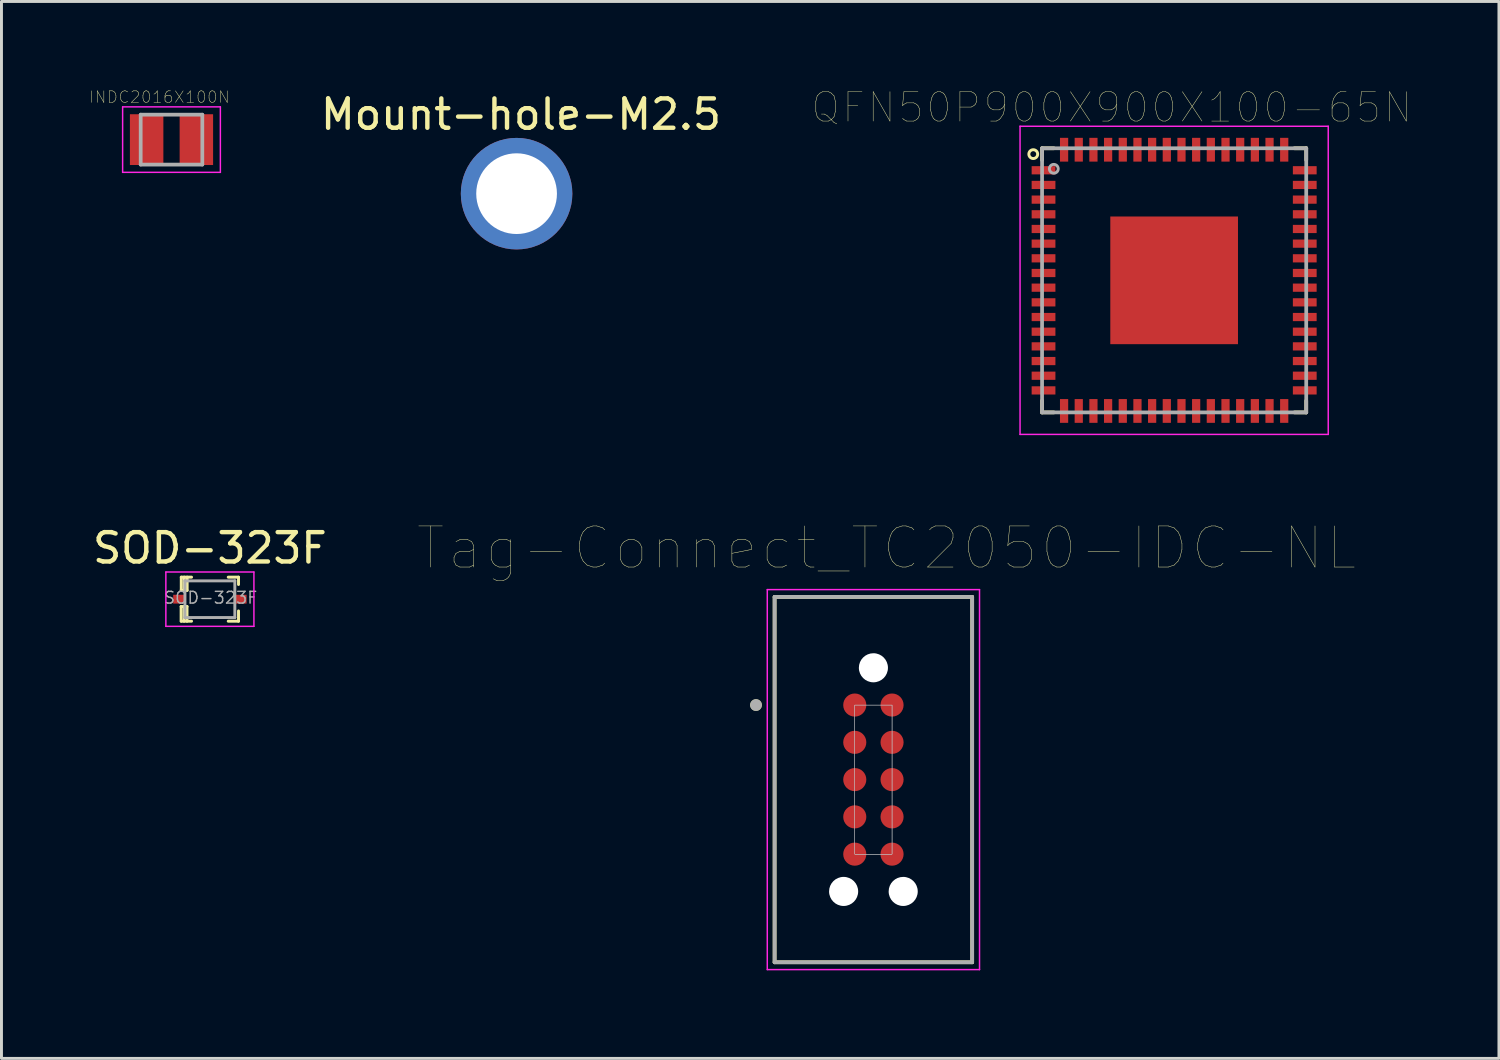
<source format=kicad_pcb>
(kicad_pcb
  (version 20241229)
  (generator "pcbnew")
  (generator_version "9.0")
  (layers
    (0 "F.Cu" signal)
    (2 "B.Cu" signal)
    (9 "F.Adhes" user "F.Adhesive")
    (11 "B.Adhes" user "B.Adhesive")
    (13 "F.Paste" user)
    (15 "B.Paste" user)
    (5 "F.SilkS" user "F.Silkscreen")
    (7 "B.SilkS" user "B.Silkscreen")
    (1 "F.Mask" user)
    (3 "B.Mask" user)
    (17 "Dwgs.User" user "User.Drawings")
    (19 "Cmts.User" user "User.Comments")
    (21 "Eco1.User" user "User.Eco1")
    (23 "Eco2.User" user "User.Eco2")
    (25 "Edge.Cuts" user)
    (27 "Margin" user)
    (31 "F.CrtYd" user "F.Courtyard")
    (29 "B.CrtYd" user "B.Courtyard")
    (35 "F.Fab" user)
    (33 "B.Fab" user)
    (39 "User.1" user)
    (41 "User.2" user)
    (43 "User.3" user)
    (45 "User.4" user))
  (footprint "Tag-Connect_TC2050-IDC-NL"
    (layer "F.Cu")
    (at 26.072 20.971)
    (property "Reference" "Tag-Connect_TC2050-IDC-NL" (at 1.08 -5.349 0) (layer "F.SilkS") (effects (font (size 1.4 1.4) (thickness 0.015))))
    (attr through_hole)
    (fp_line (start -2.731 -3.683) (end 4 -3.683) (stroke (width 0.127) (type solid)) (layer "F.SilkS"))
    (fp_line (start -2.731 8.763) (end -2.731 -3.683) (stroke (width 0.127) (type solid)) (layer "F.SilkS"))
    (fp_line (start 4 -3.683) (end 4 8.763) (stroke (width 0.127) (type solid)) (layer "F.SilkS"))
    (fp_line (start 4 8.763) (end -2.731 8.763) (stroke (width 0.127) (type solid)) (layer "F.SilkS"))
    (fp_circle (center -3.365 0) (end -3.265 0) (stroke (width 0.2) (type solid)) (fill no) (layer "F.SilkS"))
    (fp_poly (pts (xy 0 0) (xy 1.27 0) (xy 1.27 5.08) (xy 0 5.08)) (stroke (width 0.01) (type solid)) (fill no) (layer "Dwgs.User"))
    (fp_poly (pts (xy 0 0) (xy 1.27 0) (xy 1.27 5.08) (xy 0 5.08)) (stroke (width 0.01) (type solid)) (fill no) (layer "Dwgs.User"))
    (fp_poly (pts (xy 0 0) (xy 1.27 0) (xy 1.27 5.08) (xy 0 5.08)) (stroke (width 0.01) (type solid)) (fill no) (layer "Dwgs.User"))
    (fp_line (start -2.981 -3.933) (end 4.25 -3.933) (stroke (width 0.05) (type solid)) (layer "F.CrtYd"))
    (fp_line (start -2.981 9.013) (end -2.981 -3.933) (stroke (width 0.05) (type solid)) (layer "F.CrtYd"))
    (fp_line (start 4.25 -3.933) (end 4.25 9.013) (stroke (width 0.05) (type solid)) (layer "F.CrtYd"))
    (fp_line (start 4.25 9.013) (end -2.981 9.013) (stroke (width 0.05) (type solid)) (layer "F.CrtYd"))
    (fp_line (start -2.731 -3.683) (end 4 -3.683) (stroke (width 0.127) (type solid)) (layer "F.Fab"))
    (fp_line (start -2.731 8.763) (end -2.731 -3.683) (stroke (width 0.127) (type solid)) (layer "F.Fab"))
    (fp_line (start 4 -3.683) (end 4 8.763) (stroke (width 0.127) (type solid)) (layer "F.Fab"))
    (fp_line (start 4 8.763) (end -2.731 8.763) (stroke (width 0.127) (type solid)) (layer "F.Fab"))
    (fp_circle (center -3.365 0) (end -3.265 0) (stroke (width 0.2) (type solid)) (fill no) (layer "F.Fab"))
    (pad "" np_thru_hole circle (at -0.38 6.35) (size 0.991 0.991) (drill 0.991) (layers "*.Cu" "*.Mask"))
    (pad "" np_thru_hole circle (at 0.635 -1.27) (size 0.991 0.991) (drill 0.991) (layers "*.Cu" "*.Mask"))
    (pad "" np_thru_hole circle (at 1.65 6.35) (size 0.991 0.991) (drill 0.991) (layers "*.Cu" "*.Mask"))
    (pad "1" smd circle (at 0 0) (size 0.787 0.787) (layers "F.Cu" "F.Mask"))
    (pad "2" smd circle (at 0 1.27) (size 0.787 0.787) (layers "F.Cu" "F.Mask"))
    (pad "3" smd circle (at 0 2.54) (size 0.787 0.787) (layers "F.Cu" "F.Mask"))
    (pad "4" smd circle (at 0 3.81) (size 0.787 0.787) (layers "F.Cu" "F.Mask"))
    (pad "5" smd circle (at 0 5.08) (size 0.787 0.787) (layers "F.Cu" "F.Mask"))
    (pad "6" smd circle (at 1.27 5.08) (size 0.787 0.787) (layers "F.Cu" "F.Mask"))
    (pad "7" smd circle (at 1.27 3.81) (size 0.787 0.787) (layers "F.Cu" "F.Mask"))
    (pad "8" smd circle (at 1.27 2.54) (size 0.787 0.787) (layers "F.Cu" "F.Mask"))
    (pad "9" smd circle (at 1.27 1.27) (size 0.787 0.787) (layers "F.Cu" "F.Mask"))
    (pad "10" smd circle (at 1.27 0) (size 0.787 0.787) (layers "F.Cu" "F.Mask")))
  (footprint "INDC2016X100N"
    (layer "F.Cu")
    (at 2.793 1.707)
    (property "Reference" "INDC2016X100N" (at -0.41 -1.45 0) (layer "F.SilkS") (effects (font (size 0.394 0.394) (thickness 0.015))))
    (attr through_hole)
    (fp_line (start -1.665 -1.115) (end 1.665 -1.115) (stroke (width 0.05) (type solid)) (layer "F.CrtYd"))
    (fp_line (start -1.665 1.115) (end -1.665 -1.115) (stroke (width 0.05) (type solid)) (layer "F.CrtYd"))
    (fp_line (start -1.665 1.115) (end 1.665 1.115) (stroke (width 0.05) (type solid)) (layer "F.CrtYd"))
    (fp_line (start 1.665 1.115) (end 1.665 -1.115) (stroke (width 0.05) (type solid)) (layer "F.CrtYd"))
    (fp_line (start -1.05 0.85) (end -1.05 -0.85) (stroke (width 0.127) (type solid)) (layer "F.Fab"))
    (fp_line (start 1.05 -0.85) (end -1.05 -0.85) (stroke (width 0.127) (type solid)) (layer "F.Fab"))
    (fp_line (start 1.05 0.85) (end -1.05 0.85) (stroke (width 0.127) (type solid)) (layer "F.Fab"))
    (fp_line (start 1.05 0.85) (end 1.05 -0.85) (stroke (width 0.127) (type solid)) (layer "F.Fab"))
    (pad "1" smd rect (at -0.847 0) (size 1.14 1.73) (layers "F.Cu" "F.Mask" "F.Paste"))
    (pad "2" smd rect (at 0.847 0) (size 1.14 1.73) (layers "F.Cu" "F.Mask" "F.Paste")))
  (footprint "Mount-hole-M2.5"
    (layer "F.Cu")
    (at 14.55 3.548)
    (property "Reference" "Mount-hole-M2.5" (at 0.15 -2.7 0) (layer "F.SilkS") (effects (font (size 1 1) (thickness 0.15))))
    (attr through_hole)
    (pad "1" thru_hole circle (at 0 0) (size 3.8 3.8) (drill 2.75) (layers "*.Cu" "*.Mask")))
  (footprint "SOD-323F"
    (layer "F.Cu")
    (at 4.101 17.364)
    (property "Reference" "SOD-323F" (at 0 -1.74 0) (layer "F.SilkS") (effects (font (size 1 1) (thickness 0.15))))
    (attr smd)
    (fp_line (start -0.98 -0.3) (end -0.78 -0.3) (stroke (width 0.1) (type solid)) (layer "F.SilkS"))
    (fp_line (start -0.98 0.25) (end -0.78 0.25) (stroke (width 0.1) (type solid)) (layer "F.SilkS"))
    (fp_line (start -0.98 0.75) (end -0.98 0.25) (stroke (width 0.1) (type solid)) (layer "F.SilkS"))
    (fp_line (start -0.975 -0.75) (end -0.975 -0.3) (stroke (width 0.1) (type solid)) (layer "F.SilkS"))
    (fp_line (start -0.88 0.75) (end -0.88 0.25) (stroke (width 0.1) (type solid)) (layer "F.SilkS"))
    (fp_line (start -0.875 -0.75) (end -0.875 -0.3) (stroke (width 0.1) (type solid)) (layer "F.SilkS"))
    (fp_line (start -0.78 0.75) (end -0.78 0.25) (stroke (width 0.1) (type solid)) (layer "F.SilkS"))
    (fp_line (start -0.775 -0.75) (end -0.775 -0.3) (stroke (width 0.1) (type solid)) (layer "F.SilkS"))
    (fp_line (start -0.625 -0.75) (end -0.975 -0.75) (stroke (width 0.1) (type solid)) (layer "F.SilkS"))
    (fp_line (start -0.625 0.75) (end -0.975 0.75) (stroke (width 0.1) (type solid)) (layer "F.SilkS"))
    (fp_line (start 0.625 -0.75) (end 0.975 -0.75) (stroke (width 0.1) (type solid)) (layer "F.SilkS"))
    (fp_line (start 0.975 -0.75) (end 0.975 -0.5) (stroke (width 0.1) (type solid)) (layer "F.SilkS"))
    (fp_line (start 0.975 0.4) (end 0.975 0.75) (stroke (width 0.1) (type solid)) (layer "F.SilkS"))
    (fp_line (start 0.975 0.75) (end 0.625 0.75) (stroke (width 0.1) (type solid)) (layer "F.SilkS"))
    (fp_line (start -1.5 -0.925) (end 1.5 -0.925) (stroke (width 0.05) (type solid)) (layer "F.CrtYd"))
    (fp_line (start -1.5 0.925) (end -1.5 -0.925) (stroke (width 0.05) (type solid)) (layer "F.CrtYd"))
    (fp_line (start 1.5 -0.925) (end 1.5 0.925) (stroke (width 0.05) (type solid)) (layer "F.CrtYd"))
    (fp_line (start 1.5 0.925) (end -1.5 0.925) (stroke (width 0.05) (type solid)) (layer "F.CrtYd"))
    (fp_line (start -0.85 -0.625) (end 0.85 -0.625) (stroke (width 0.1) (type solid)) (layer "F.Fab"))
    (fp_line (start -0.85 0.625) (end -0.85 -0.625) (stroke (width 0.1) (type solid)) (layer "F.Fab"))
    (fp_line (start -0.85 0.625) (end 0.85 0.625) (stroke (width 0.1) (type solid)) (layer "F.Fab"))
    (fp_line (start 0.85 -0.625) (end 0.85 0.625) (stroke (width 0.1) (type solid)) (layer "F.Fab"))
    (fp_text user "${REFERENCE}" (at 0.025 -0.05 0) (layer "F.Fab") (effects (font (size 0.4 0.4) (thickness 0.05))))
    (pad "A" smd rect (at 1.05 0) (size 0.4 0.3) (layers "F.Cu" "F.Mask" "F.Paste"))
    (pad "K" smd rect (at -1.05 0) (size 0.4 0.3) (layers "F.Cu" "F.Mask" "F.Paste")))
  (footprint "QFN50P900X900X100-65N"
    (layer "F.Cu")
    (at 36.953 6.501)
    (property "Reference" "QFN50P900X900X100-65N" (at -2.127 -5.889 0) (layer "F.SilkS") (effects (font (size 1.001 1.001) (thickness 0.015))))
    (attr through_hole)
    (fp_line (start -4.5 -4.5) (end -4.5 -4.1) (stroke (width 0.127) (type solid)) (layer "F.SilkS"))
    (fp_line (start -4.5 -4.5) (end -4.1 -4.5) (stroke (width 0.127) (type solid)) (layer "F.SilkS"))
    (fp_line (start -4.5 4.5) (end -4.5 4.1) (stroke (width 0.127) (type solid)) (layer "F.SilkS"))
    (fp_line (start -4.5 4.5) (end -4.1 4.5) (stroke (width 0.127) (type solid)) (layer "F.SilkS"))
    (fp_line (start 4.5 -4.5) (end 4.1 -4.5) (stroke (width 0.127) (type solid)) (layer "F.SilkS"))
    (fp_line (start 4.5 -4.5) (end 4.5 -4.1) (stroke (width 0.127) (type solid)) (layer "F.SilkS"))
    (fp_line (start 4.5 4.5) (end 4.1 4.5) (stroke (width 0.127) (type solid)) (layer "F.SilkS"))
    (fp_line (start 4.5 4.5) (end 4.5 4.1) (stroke (width 0.127) (type solid)) (layer "F.SilkS"))
    (fp_circle (center -4.8 -4.3) (end -4.65 -4.3) (stroke (width 0.1) (type solid)) (fill no) (layer "F.SilkS"))
    (fp_poly (pts (xy -1.375 -1.375) (xy 1.375 -1.375) (xy 1.375 1.375) (xy -1.375 1.375)) (stroke (width 0.01) (type solid)) (fill yes) (layer "F.Paste"))
    (fp_line (start -5.25 -5.25) (end 5.25 -5.25) (stroke (width 0.05) (type solid)) (layer "F.CrtYd"))
    (fp_line (start -5.25 5.25) (end -5.25 -5.25) (stroke (width 0.05) (type solid)) (layer "F.CrtYd"))
    (fp_line (start 5.25 -5.25) (end 5.25 5.25) (stroke (width 0.05) (type solid)) (layer "F.CrtYd"))
    (fp_line (start 5.25 5.25) (end -5.25 5.25) (stroke (width 0.05) (type solid)) (layer "F.CrtYd"))
    (fp_line (start -4.5 -4.5) (end 4.5 -4.5) (stroke (width 0.127) (type solid)) (layer "F.Fab"))
    (fp_line (start -4.5 4.5) (end -4.5 -4.5) (stroke (width 0.127) (type solid)) (layer "F.Fab"))
    (fp_line (start 4.5 -4.5) (end 4.5 4.5) (stroke (width 0.127) (type solid)) (layer "F.Fab"))
    (fp_line (start 4.5 4.5) (end -4.5 4.5) (stroke (width 0.127) (type solid)) (layer "F.Fab"))
    (fp_circle (center -4.1 -3.8) (end -3.95 -3.8) (stroke (width 0.1) (type solid)) (fill no) (layer "F.Fab"))
    (pad "1" smd rect (at -4.45 -3.75) (size 0.81 0.28) (layers "F.Cu" "F.Mask" "F.Paste"))
    (pad "2" smd rect (at -4.45 -3.25) (size 0.81 0.28) (layers "F.Cu" "F.Mask" "F.Paste"))
    (pad "3" smd rect (at -4.45 -2.75) (size 0.81 0.28) (layers "F.Cu" "F.Mask" "F.Paste"))
    (pad "4" smd rect (at -4.45 -2.25) (size 0.81 0.28) (layers "F.Cu" "F.Mask" "F.Paste"))
    (pad "5" smd rect (at -4.45 -1.75) (size 0.81 0.28) (layers "F.Cu" "F.Mask" "F.Paste"))
    (pad "6" smd rect (at -4.45 -1.25) (size 0.81 0.28) (layers "F.Cu" "F.Mask" "F.Paste"))
    (pad "7" smd rect (at -4.45 -0.75) (size 0.81 0.28) (layers "F.Cu" "F.Mask" "F.Paste"))
    (pad "8" smd rect (at -4.45 -0.25) (size 0.81 0.28) (layers "F.Cu" "F.Mask" "F.Paste"))
    (pad "9" smd rect (at -4.45 0.25) (size 0.81 0.28) (layers "F.Cu" "F.Mask" "F.Paste"))
    (pad "10" smd rect (at -4.45 0.75) (size 0.81 0.28) (layers "F.Cu" "F.Mask" "F.Paste"))
    (pad "11" smd rect (at -4.45 1.25) (size 0.81 0.28) (layers "F.Cu" "F.Mask" "F.Paste"))
    (pad "12" smd rect (at -4.45 1.75) (size 0.81 0.28) (layers "F.Cu" "F.Mask" "F.Paste"))
    (pad "13" smd rect (at -4.45 2.25) (size 0.81 0.28) (layers "F.Cu" "F.Mask" "F.Paste"))
    (pad "14" smd rect (at -4.45 2.75) (size 0.81 0.28) (layers "F.Cu" "F.Mask" "F.Paste"))
    (pad "15" smd rect (at -4.45 3.25) (size 0.81 0.28) (layers "F.Cu" "F.Mask" "F.Paste"))
    (pad "16" smd rect (at -4.45 3.75) (size 0.81 0.28) (layers "F.Cu" "F.Mask" "F.Paste"))
    (pad "17" smd rect (at -3.75 4.45) (size 0.28 0.81) (layers "F.Cu" "F.Mask" "F.Paste"))
    (pad "18" smd rect (at -3.25 4.45) (size 0.28 0.81) (layers "F.Cu" "F.Mask" "F.Paste"))
    (pad "19" smd rect (at -2.75 4.45) (size 0.28 0.81) (layers "F.Cu" "F.Mask" "F.Paste"))
    (pad "20" smd rect (at -2.25 4.45) (size 0.28 0.81) (layers "F.Cu" "F.Mask" "F.Paste"))
    (pad "21" smd rect (at -1.75 4.45) (size 0.28 0.81) (layers "F.Cu" "F.Mask" "F.Paste"))
    (pad "22" smd rect (at -1.25 4.45) (size 0.28 0.81) (layers "F.Cu" "F.Mask" "F.Paste"))
    (pad "23" smd rect (at -0.75 4.45) (size 0.28 0.81) (layers "F.Cu" "F.Mask" "F.Paste"))
    (pad "24" smd rect (at -0.25 4.45) (size 0.28 0.81) (layers "F.Cu" "F.Mask" "F.Paste"))
    (pad "25" smd rect (at 0.25 4.45) (size 0.28 0.81) (layers "F.Cu" "F.Mask" "F.Paste"))
    (pad "26" smd rect (at 0.75 4.45) (size 0.28 0.81) (layers "F.Cu" "F.Mask" "F.Paste"))
    (pad "27" smd rect (at 1.25 4.45) (size 0.28 0.81) (layers "F.Cu" "F.Mask" "F.Paste"))
    (pad "28" smd rect (at 1.75 4.45) (size 0.28 0.81) (layers "F.Cu" "F.Mask" "F.Paste"))
    (pad "29" smd rect (at 2.25 4.45) (size 0.28 0.81) (layers "F.Cu" "F.Mask" "F.Paste"))
    (pad "30" smd rect (at 2.75 4.45) (size 0.28 0.81) (layers "F.Cu" "F.Mask" "F.Paste"))
    (pad "31" smd rect (at 3.25 4.45) (size 0.28 0.81) (layers "F.Cu" "F.Mask" "F.Paste"))
    (pad "32" smd rect (at 3.75 4.45) (size 0.28 0.81) (layers "F.Cu" "F.Mask" "F.Paste"))
    (pad "33" smd rect (at 4.45 3.75) (size 0.81 0.28) (layers "F.Cu" "F.Mask" "F.Paste"))
    (pad "34" smd rect (at 4.45 3.25) (size 0.81 0.28) (layers "F.Cu" "F.Mask" "F.Paste"))
    (pad "35" smd rect (at 4.45 2.75) (size 0.81 0.28) (layers "F.Cu" "F.Mask" "F.Paste"))
    (pad "36" smd rect (at 4.45 2.25) (size 0.81 0.28) (layers "F.Cu" "F.Mask" "F.Paste"))
    (pad "37" smd rect (at 4.45 1.75) (size 0.81 0.28) (layers "F.Cu" "F.Mask" "F.Paste"))
    (pad "38" smd rect (at 4.45 1.25) (size 0.81 0.28) (layers "F.Cu" "F.Mask" "F.Paste"))
    (pad "39" smd rect (at 4.45 0.75) (size 0.81 0.28) (layers "F.Cu" "F.Mask" "F.Paste"))
    (pad "40" smd rect (at 4.45 0.25) (size 0.81 0.28) (layers "F.Cu" "F.Mask" "F.Paste"))
    (pad "41" smd rect (at 4.45 -0.25) (size 0.81 0.28) (layers "F.Cu" "F.Mask" "F.Paste"))
    (pad "42" smd rect (at 4.45 -0.75) (size 0.81 0.28) (layers "F.Cu" "F.Mask" "F.Paste"))
    (pad "43" smd rect (at 4.45 -1.25) (size 0.81 0.28) (layers "F.Cu" "F.Mask" "F.Paste"))
    (pad "44" smd rect (at 4.45 -1.75) (size 0.81 0.28) (layers "F.Cu" "F.Mask" "F.Paste"))
    (pad "45" smd rect (at 4.45 -2.25) (size 0.81 0.28) (layers "F.Cu" "F.Mask" "F.Paste"))
    (pad "46" smd rect (at 4.45 -2.75) (size 0.81 0.28) (layers "F.Cu" "F.Mask" "F.Paste"))
    (pad "47" smd rect (at 4.45 -3.25) (size 0.81 0.28) (layers "F.Cu" "F.Mask" "F.Paste"))
    (pad "48" smd rect (at 4.45 -3.75) (size 0.81 0.28) (layers "F.Cu" "F.Mask" "F.Paste"))
    (pad "49" smd rect (at 3.75 -4.45) (size 0.28 0.81) (layers "F.Cu" "F.Mask" "F.Paste"))
    (pad "50" smd rect (at 3.25 -4.45) (size 0.28 0.81) (layers "F.Cu" "F.Mask" "F.Paste"))
    (pad "51" smd rect (at 2.75 -4.45) (size 0.28 0.81) (layers "F.Cu" "F.Mask" "F.Paste"))
    (pad "52" smd rect (at 2.25 -4.45) (size 0.28 0.81) (layers "F.Cu" "F.Mask" "F.Paste"))
    (pad "53" smd rect (at 1.75 -4.45) (size 0.28 0.81) (layers "F.Cu" "F.Mask" "F.Paste"))
    (pad "54" smd rect (at 1.25 -4.45) (size 0.28 0.81) (layers "F.Cu" "F.Mask" "F.Paste"))
    (pad "55" smd rect (at 0.75 -4.45) (size 0.28 0.81) (layers "F.Cu" "F.Mask" "F.Paste"))
    (pad "56" smd rect (at 0.25 -4.45) (size 0.28 0.81) (layers "F.Cu" "F.Mask" "F.Paste"))
    (pad "57" smd rect (at -0.25 -4.45) (size 0.28 0.81) (layers "F.Cu" "F.Mask" "F.Paste"))
    (pad "58" smd rect (at -0.75 -4.45) (size 0.28 0.81) (layers "F.Cu" "F.Mask" "F.Paste"))
    (pad "59" smd rect (at -1.25 -4.45) (size 0.28 0.81) (layers "F.Cu" "F.Mask" "F.Paste"))
    (pad "60" smd rect (at -1.75 -4.45) (size 0.28 0.81) (layers "F.Cu" "F.Mask" "F.Paste"))
    (pad "61" smd rect (at -2.25 -4.45) (size 0.28 0.81) (layers "F.Cu" "F.Mask" "F.Paste"))
    (pad "62" smd rect (at -2.75 -4.45) (size 0.28 0.81) (layers "F.Cu" "F.Mask" "F.Paste"))
    (pad "63" smd rect (at -3.25 -4.45) (size 0.28 0.81) (layers "F.Cu" "F.Mask" "F.Paste"))
    (pad "64" smd rect (at -3.75 -4.45) (size 0.28 0.81) (layers "F.Cu" "F.Mask" "F.Paste"))
    (pad "65" smd rect (at 0 0) (size 4.35 4.35) (layers "F.Cu" "F.Mask")))
  (gr_rect
    (start -3 -3)
    (end 48.019 33.009)
    (stroke (width 0.1) (type default))
    (fill no)
    (layer "Edge.Cuts")))
</source>
